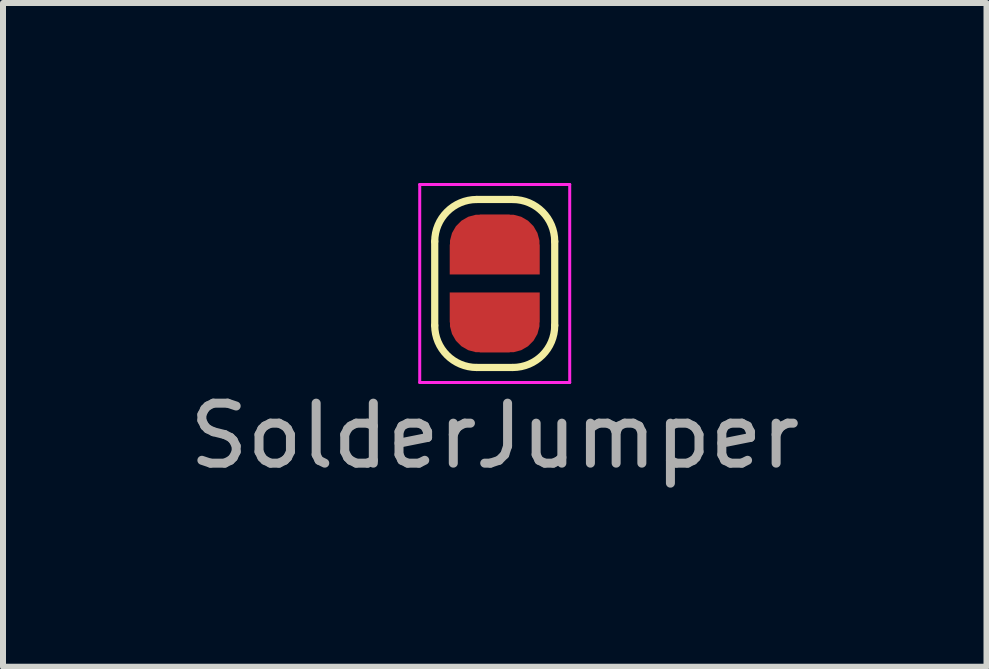
<source format=kicad_pcb>
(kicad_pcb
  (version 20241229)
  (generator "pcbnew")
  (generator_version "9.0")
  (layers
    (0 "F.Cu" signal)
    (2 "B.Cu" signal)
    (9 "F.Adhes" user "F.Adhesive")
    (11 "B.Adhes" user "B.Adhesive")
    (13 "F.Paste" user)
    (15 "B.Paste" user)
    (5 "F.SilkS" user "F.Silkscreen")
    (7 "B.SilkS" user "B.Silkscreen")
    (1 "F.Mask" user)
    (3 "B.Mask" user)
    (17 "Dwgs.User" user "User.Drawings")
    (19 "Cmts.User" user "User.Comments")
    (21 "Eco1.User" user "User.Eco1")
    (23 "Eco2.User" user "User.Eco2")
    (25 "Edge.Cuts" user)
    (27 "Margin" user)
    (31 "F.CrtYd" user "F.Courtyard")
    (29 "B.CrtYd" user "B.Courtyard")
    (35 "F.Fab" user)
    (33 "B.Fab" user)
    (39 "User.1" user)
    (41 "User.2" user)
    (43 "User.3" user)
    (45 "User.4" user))
  (footprint "SolderJumper"
    (layer "F.Cu")
    (at 5.196 1.675)
    (property "Reference" "SolderJumper" (at 0 2.54 0) (layer "F.Fab") (effects (font (size 1 1) (thickness 0.15))))
    (attr exclude_from_pos_files exclude_from_bom)
    (fp_line (start -1 0.7) (end -1 -0.7) (stroke (width 0.12) (type solid)) (layer "F.SilkS"))
    (fp_line (start -0.3 -1.4) (end 0.3 -1.4) (stroke (width 0.12) (type solid)) (layer "F.SilkS"))
    (fp_line (start 0.3 1.4) (end -0.3 1.4) (stroke (width 0.12) (type solid)) (layer "F.SilkS"))
    (fp_line (start 1 -0.7) (end 1 0.7) (stroke (width 0.12) (type solid)) (layer "F.SilkS"))
    (fp_arc (start -1 -0.7) (mid -0.794975 -1.194975) (end -0.3 -1.4) (stroke (width 0.12) (type solid)) (layer "F.SilkS"))
    (fp_arc (start -0.3 1.4) (mid -0.794975 1.194975) (end -1 0.7) (stroke (width 0.12) (type solid)) (layer "F.SilkS"))
    (fp_arc (start 0.3 -1.4) (mid 0.794975 -1.194975) (end 1 -0.7) (stroke (width 0.12) (type solid)) (layer "F.SilkS"))
    (fp_arc (start 1 0.7) (mid 0.794975 1.194975) (end 0.3 1.4) (stroke (width 0.12) (type solid)) (layer "F.SilkS"))
    (fp_line (start -1.25 1.65) (end -1.25 -1.65) (stroke (width 0.05) (type solid)) (layer "F.CrtYd"))
    (fp_line (start -1.25 1.65) (end 1.25 1.65) (stroke (width 0.05) (type solid)) (layer "F.CrtYd"))
    (fp_line (start 1.25 -1.65) (end -1.25 -1.65) (stroke (width 0.05) (type solid)) (layer "F.CrtYd"))
    (fp_line (start 1.25 -1.65) (end 1.25 1.65) (stroke (width 0.05) (type solid)) (layer "F.CrtYd"))
    (pad "1" smd custom (at 0 -0.65 270) (size 1 0.5) (layers "F.Cu" "F.Mask") (options (anchor rect)) (primitives (gr_circle (center 0 0.25) (end 0.5 0.25) (width 0) (fill yes)) (gr_circle (center 0 -0.25) (end 0.5 -0.25) (width 0) (fill yes)) (gr_poly (pts (xy 0 -0.75) (xy 0.5 -0.75) (xy 0.5 0.75) (xy 0 0.75)) (width 0) (fill yes))))
    (pad "2" smd custom (at 0 0.65 270) (size 1 0.5) (layers "F.Cu" "F.Mask") (options (anchor rect)) (primitives (gr_circle (center 0 0.25) (end 0.5 0.25) (width 0) (fill yes)) (gr_circle (center 0 -0.25) (end 0.5 -0.25) (width 0) (fill yes)) (gr_poly (pts (xy 0 -0.75) (xy -0.5 -0.75) (xy -0.5 0.75) (xy 0 0.75)) (width 0) (fill yes)))))
  (gr_rect
    (start -3 -3)
    (end 13.393 8.063)
    (stroke (width 0.1) (type default))
    (fill no)
    (layer "Edge.Cuts")))
</source>
